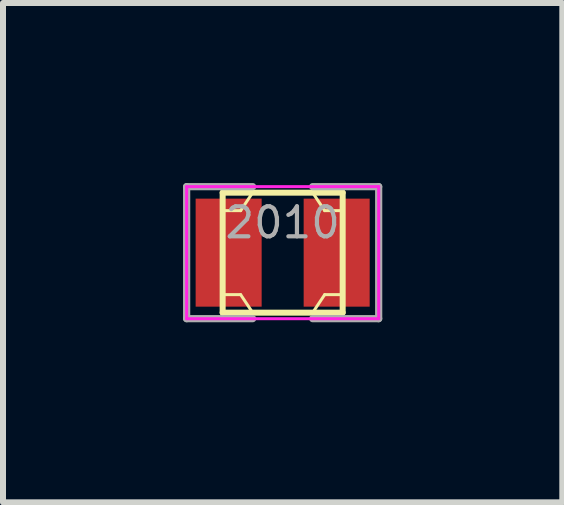
<source format=kicad_pcb>
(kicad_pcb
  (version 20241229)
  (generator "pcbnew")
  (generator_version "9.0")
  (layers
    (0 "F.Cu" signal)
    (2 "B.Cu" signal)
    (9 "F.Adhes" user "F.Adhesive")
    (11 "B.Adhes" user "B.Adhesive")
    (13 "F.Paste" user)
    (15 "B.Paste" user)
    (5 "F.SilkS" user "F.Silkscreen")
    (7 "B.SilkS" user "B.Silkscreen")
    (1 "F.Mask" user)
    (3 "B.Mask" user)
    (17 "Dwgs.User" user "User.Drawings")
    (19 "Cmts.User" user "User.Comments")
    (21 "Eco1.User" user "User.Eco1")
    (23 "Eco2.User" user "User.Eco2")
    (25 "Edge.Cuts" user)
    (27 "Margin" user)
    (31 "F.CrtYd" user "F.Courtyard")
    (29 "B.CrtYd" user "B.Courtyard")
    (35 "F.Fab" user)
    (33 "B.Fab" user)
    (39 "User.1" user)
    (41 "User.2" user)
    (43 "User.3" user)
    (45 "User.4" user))
  (footprint "2010"
    (layer "F.Cu")
    (at 1.66 1.16)
    (property "Reference" "2010" (at 0 -0.5 0) (layer "F.Fab") (effects (font (size 0.5 0.5) (thickness 0.07))))
    (attr through_hole)
    (fp_line (start -1 -1) (end -1 1) (stroke (width 0.1) (type solid)) (layer "F.SilkS"))
    (fp_line (start -1 -1) (end 1 -1) (stroke (width 0.1) (type solid)) (layer "F.SilkS"))
    (fp_line (start -1 -0.7) (end -0.7 -0.7) (stroke (width 0.05) (type solid)) (layer "F.SilkS"))
    (fp_line (start -1 0.7) (end -0.7 0.7) (stroke (width 0.05) (type solid)) (layer "F.SilkS"))
    (fp_line (start -0.7 -0.7) (end -0.5 -1) (stroke (width 0.05) (type solid)) (layer "F.SilkS"))
    (fp_line (start -0.7 0.7) (end -0.5 1) (stroke (width 0.05) (type solid)) (layer "F.SilkS"))
    (fp_line (start 0.5 -1) (end 0.7 -0.7) (stroke (width 0.05) (type solid)) (layer "F.SilkS"))
    (fp_line (start 0.7 -0.7) (end 1 -0.7) (stroke (width 0.05) (type solid)) (layer "F.SilkS"))
    (fp_line (start 0.7 0.7) (end 0.5 1) (stroke (width 0.05) (type solid)) (layer "F.SilkS"))
    (fp_line (start 0.7 0.7) (end 1 0.7) (stroke (width 0.05) (type solid)) (layer "F.SilkS"))
    (fp_line (start 1 -1) (end 1 1) (stroke (width 0.1) (type solid)) (layer "F.SilkS"))
    (fp_line (start 1 1) (end -1 1) (stroke (width 0.1) (type solid)) (layer "F.SilkS"))
    (fp_line (start -1.6 1.1) (end -1.6 -1.1) (stroke (width 0.05) (type solid)) (layer "F.CrtYd"))
    (fp_line (start -1.6 1.1) (end 1.6 1.1) (stroke (width 0.05) (type solid)) (layer "F.CrtYd"))
    (fp_line (start 1.6 -1.1) (end -1.6 -1.1) (stroke (width 0.05) (type solid)) (layer "F.CrtYd"))
    (fp_line (start 1.6 1.1) (end 1.6 -1.1) (stroke (width 0.05) (type solid)) (layer "F.CrtYd"))
    (fp_line (start -1.6 -1.1) (end -0.5 -1.1) (stroke (width 0.12) (type solid)) (layer "F.Fab"))
    (fp_line (start -1.6 1.1) (end -1.6 -1.1) (stroke (width 0.12) (type solid)) (layer "F.Fab"))
    (fp_line (start -1.6 1.1) (end -0.5 1.1) (stroke (width 0.12) (type solid)) (layer "F.Fab"))
    (fp_line (start 0.5 -1.1) (end 1.6 -1.1) (stroke (width 0.12) (type solid)) (layer "F.Fab"))
    (fp_line (start 0.5 1.1) (end 1.6 1.1) (stroke (width 0.12) (type solid)) (layer "F.Fab"))
    (fp_line (start 1.6 1.1) (end 1.6 -1.1) (stroke (width 0.12) (type solid)) (layer "F.Fab"))
    (pad "1" smd rect (at -0.9 0 90) (size 1.8 1.1) (layers "F.Cu" "F.Mask" "F.Paste"))
    (pad "2" smd rect (at 0.9 0 90) (size 1.8 1.1) (layers "F.Cu" "F.Mask" "F.Paste")))
  (gr_rect
    (start -3 -3)
    (end 6.32 5.32)
    (stroke (width 0.1) (type default))
    (fill no)
    (layer "Edge.Cuts")))
</source>
